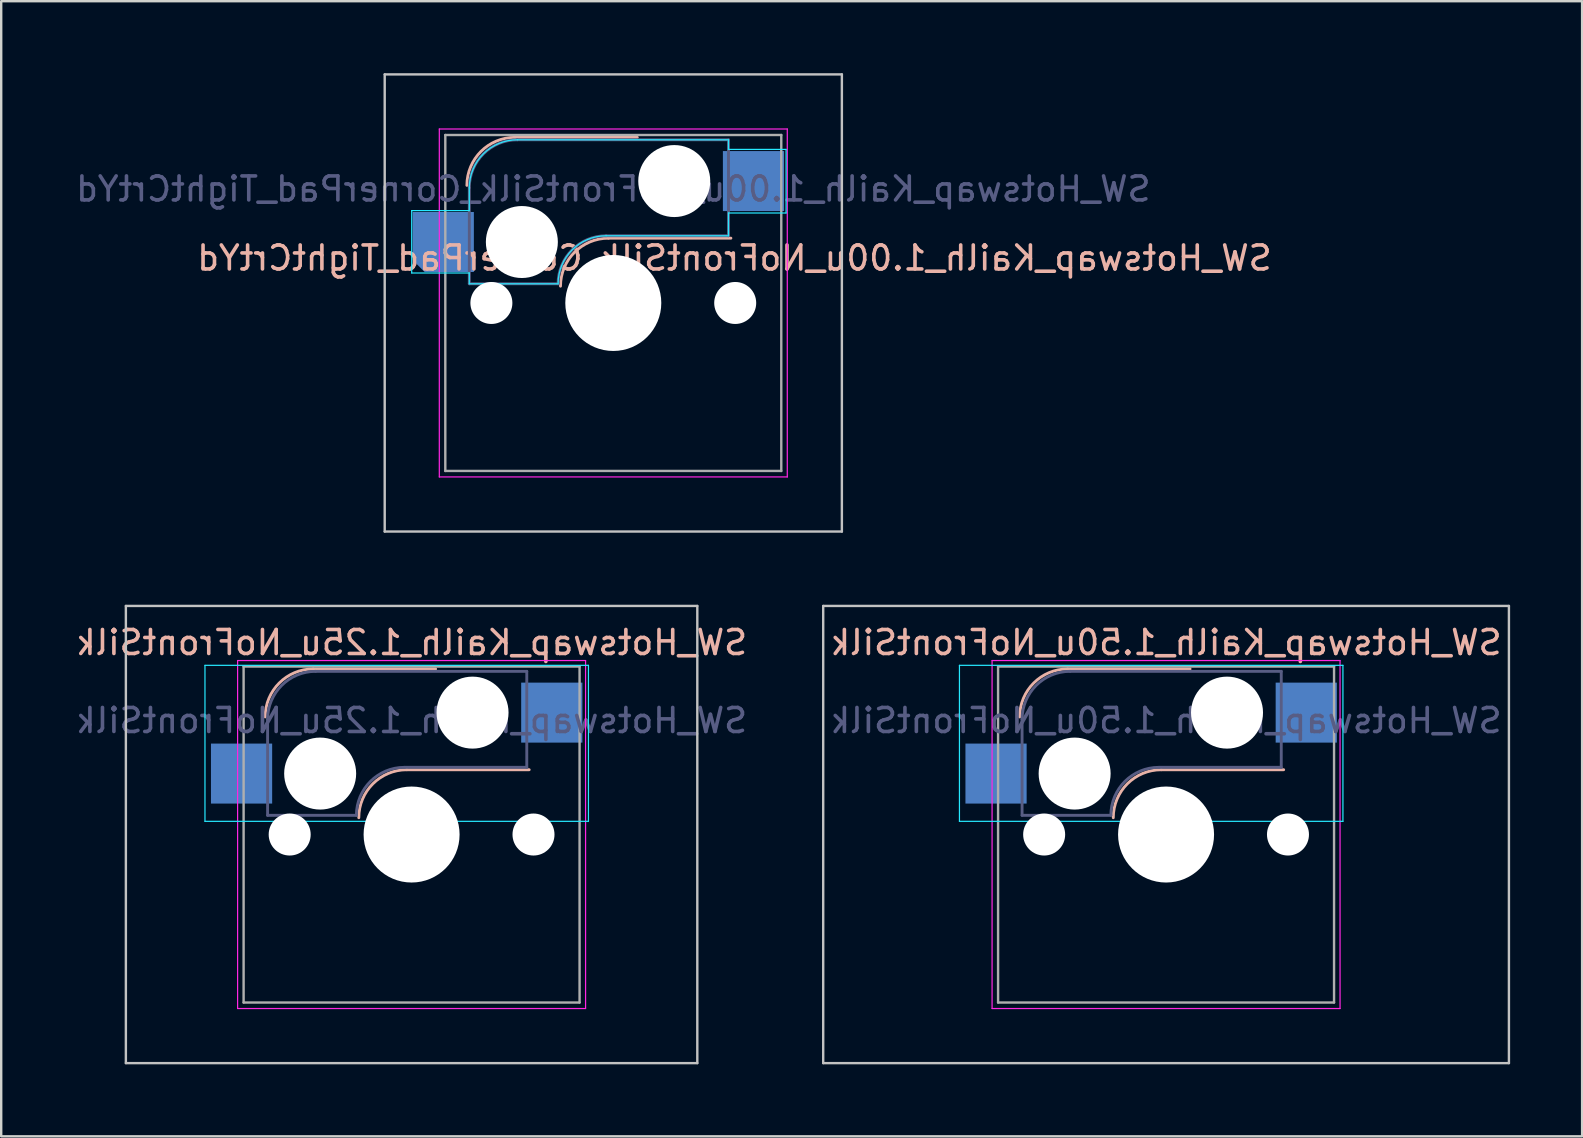
<source format=kicad_pcb>
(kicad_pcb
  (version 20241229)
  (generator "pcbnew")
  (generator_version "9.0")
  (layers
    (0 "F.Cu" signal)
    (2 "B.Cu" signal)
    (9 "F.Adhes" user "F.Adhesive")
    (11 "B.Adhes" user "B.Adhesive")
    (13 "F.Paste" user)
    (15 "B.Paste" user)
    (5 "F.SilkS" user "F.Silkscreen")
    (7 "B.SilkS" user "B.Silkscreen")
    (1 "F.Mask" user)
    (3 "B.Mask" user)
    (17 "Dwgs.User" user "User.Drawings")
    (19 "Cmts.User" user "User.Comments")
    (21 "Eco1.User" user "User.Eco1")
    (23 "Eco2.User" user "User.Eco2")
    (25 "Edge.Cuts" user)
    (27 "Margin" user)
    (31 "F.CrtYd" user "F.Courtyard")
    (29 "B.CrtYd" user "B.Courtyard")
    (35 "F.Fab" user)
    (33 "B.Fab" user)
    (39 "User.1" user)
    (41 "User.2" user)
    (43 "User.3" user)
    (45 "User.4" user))
  (footprint "SW_Hotswap_Kailh_1.25u_NoFrontSilk"
    (layer "F.Cu")
    (at 14.101 31.725)
    (property "Reference" "SW_Hotswap_Kailh_1.25u_NoFrontSilk" (at 0 -8 0) (layer "B.SilkS") (effects (font (size 1 1) (thickness 0.15)) (justify mirror)))
    (attr smd)
    (fp_line (start -4.1 -6.9) (end 1 -6.9) (stroke (width 0.12) (type solid)) (layer "B.SilkS"))
    (fp_line (start -0.2 -2.7) (end 4.9 -2.7) (stroke (width 0.12) (type solid)) (layer "B.SilkS"))
    (fp_arc (start -6.1 -4.9) (mid -5.514214 -6.314214) (end -4.1 -6.9) (stroke (width 0.12) (type solid)) (layer "B.SilkS"))
    (fp_arc (start -2.2 -0.7) (mid -1.614214 -2.114214) (end -0.2 -2.7) (stroke (width 0.12) (type solid)) (layer "B.SilkS"))
    (fp_line (start -11.906 -9.525) (end -11.906 9.525) (stroke (width 0.1) (type solid)) (layer "Dwgs.User"))
    (fp_line (start -11.906 9.525) (end 11.906 9.525) (stroke (width 0.1) (type solid)) (layer "Dwgs.User"))
    (fp_line (start 11.906 -9.525) (end -11.906 -9.525) (stroke (width 0.1) (type solid)) (layer "Dwgs.User"))
    (fp_line (start 11.906 9.525) (end 11.906 -9.525) (stroke (width 0.1) (type solid)) (layer "Dwgs.User"))
    (fp_line (start -8.61 -7.05) (end -8.61 -0.55) (stroke (width 0.05) (type solid)) (layer "B.CrtYd"))
    (fp_line (start -8.61 -0.55) (end 7.37 -0.55) (stroke (width 0.05) (type solid)) (layer "B.CrtYd"))
    (fp_line (start 7.37 -7.05) (end -8.61 -7.05) (stroke (width 0.05) (type solid)) (layer "B.CrtYd"))
    (fp_line (start 7.37 -0.55) (end 7.37 -7.05) (stroke (width 0.05) (type solid)) (layer "B.CrtYd"))
    (fp_line (start -7.25 -7.25) (end -7.25 7.25) (stroke (width 0.05) (type solid)) (layer "F.CrtYd"))
    (fp_line (start -7.25 7.25) (end 7.25 7.25) (stroke (width 0.05) (type solid)) (layer "F.CrtYd"))
    (fp_line (start 7.25 -7.25) (end -7.25 -7.25) (stroke (width 0.05) (type solid)) (layer "F.CrtYd"))
    (fp_line (start 7.25 7.25) (end 7.25 -7.25) (stroke (width 0.05) (type solid)) (layer "F.CrtYd"))
    (fp_line (start -6 -0.8) (end -6 -4.8) (stroke (width 0.12) (type solid)) (layer "B.Fab"))
    (fp_line (start -6 -0.8) (end -2.3 -0.8) (stroke (width 0.12) (type solid)) (layer "B.Fab"))
    (fp_line (start -4 -6.8) (end 4.8 -6.8) (stroke (width 0.12) (type solid)) (layer "B.Fab"))
    (fp_line (start -0.3 -2.8) (end 4.8 -2.8) (stroke (width 0.12) (type solid)) (layer "B.Fab"))
    (fp_line (start 4.8 -6.8) (end 4.8 -2.8) (stroke (width 0.12) (type solid)) (layer "B.Fab"))
    (fp_arc (start -6 -4.8) (mid -5.414214 -6.214214) (end -4 -6.8) (stroke (width 0.12) (type solid)) (layer "B.Fab"))
    (fp_arc (start -2.3 -0.8) (mid -1.714214 -2.214214) (end -0.3 -2.8) (stroke (width 0.12) (type solid)) (layer "B.Fab"))
    (fp_line (start -7 -7) (end -7 7) (stroke (width 0.1) (type solid)) (layer "F.Fab"))
    (fp_line (start -7 7) (end 7 7) (stroke (width 0.1) (type solid)) (layer "F.Fab"))
    (fp_line (start 7 -7) (end -7 -7) (stroke (width 0.1) (type solid)) (layer "F.Fab"))
    (fp_line (start 7 7) (end 7 -7) (stroke (width 0.1) (type solid)) (layer "F.Fab"))
    (fp_text user "${REFERENCE}" (at 0 -4.75 0) (layer "B.Fab") (effects (font (size 1 1) (thickness 0.15)) (justify mirror)))
    (pad "" np_thru_hole circle (at -5.08 0) (size 1.75 1.75) (drill 1.75) (layers "*.Cu" "*.Mask"))
    (pad "" np_thru_hole circle (at -3.81 -2.54) (size 3 3) (drill 3) (layers "*.Cu" "*.Mask"))
    (pad "" np_thru_hole circle (at 0 0) (size 4 4) (drill 4) (layers "*.Cu" "*.Mask"))
    (pad "" np_thru_hole circle (at 2.54 -5.08) (size 3 3) (drill 3) (layers "*.Cu" "*.Mask"))
    (pad "" np_thru_hole circle (at 5.08 0) (size 1.75 1.75) (drill 1.75) (layers "*.Cu" "*.Mask"))
    (pad "1" smd rect (at -7.085 -2.54) (size 2.55 2.5) (layers "B.Cu" "B.Mask" "B.Paste"))
    (pad "2" smd rect (at 5.842 -5.08) (size 2.55 2.5) (layers "B.Cu" "B.Mask" "B.Paste")))
  (footprint "SW_Hotswap_Kailh_1.00u_NoFrontSilk_CornerPad_TightCrtYd"
    (layer "F.Cu")
    (at 22.506 9.575)
    (property "Reference" "SW_Hotswap_Kailh_1.00u_NoFrontSilk_CornerPad_TightCrtYd" (at 5.048 -1.873 0) (layer "B.SilkS") (effects (font (size 1 1) (thickness 0.15)) (justify mirror)))
    (attr smd)
    (fp_line (start -4.1 -6.9) (end 1 -6.9) (stroke (width 0.12) (type solid)) (layer "B.SilkS"))
    (fp_line (start -0.2 -2.7) (end 4.9 -2.7) (stroke (width 0.12) (type solid)) (layer "B.SilkS"))
    (fp_arc (start -6.1 -4.9) (mid -5.514214 -6.314214) (end -4.1 -6.9) (stroke (width 0.12) (type solid)) (layer "B.SilkS"))
    (fp_arc (start -2.2 -0.7) (mid -1.614214 -2.114214) (end -0.2 -2.7) (stroke (width 0.12) (type solid)) (layer "B.SilkS"))
    (fp_line (start -9.525 -9.525) (end -9.525 9.525) (stroke (width 0.1) (type solid)) (layer "Dwgs.User"))
    (fp_line (start -9.525 9.525) (end 9.525 9.525) (stroke (width 0.1) (type solid)) (layer "Dwgs.User"))
    (fp_line (start 9.525 -9.525) (end -9.525 -9.525) (stroke (width 0.1) (type solid)) (layer "Dwgs.User"))
    (fp_line (start 9.525 9.525) (end 9.525 -9.525) (stroke (width 0.1) (type solid)) (layer "Dwgs.User"))
    (fp_line (start -8.4 -3.85) (end -8.4 -1.25) (stroke (width 0.05) (type solid)) (layer "B.CrtYd"))
    (fp_line (start -8.4 -1.25) (end -6 -1.25) (stroke (width 0.05) (type solid)) (layer "B.CrtYd"))
    (fp_line (start -6 -4.8) (end -6 -3.85) (stroke (width 0.05) (type solid)) (layer "B.CrtYd"))
    (fp_line (start -6 -3.85) (end -8.4 -3.85) (stroke (width 0.05) (type solid)) (layer "B.CrtYd"))
    (fp_line (start -6 -1.25) (end -6 -0.8) (stroke (width 0.05) (type solid)) (layer "B.CrtYd"))
    (fp_line (start -6 -0.8) (end -2.3 -0.8) (stroke (width 0.05) (type solid)) (layer "B.CrtYd"))
    (fp_line (start 4.8 -6.8) (end -3.99 -6.8) (stroke (width 0.05) (type solid)) (layer "B.CrtYd"))
    (fp_line (start 4.8 -6.8) (end 4.8 -6.4) (stroke (width 0.05) (type solid)) (layer "B.CrtYd"))
    (fp_line (start 4.8 -6.4) (end 7.2 -6.4) (stroke (width 0.05) (type solid)) (layer "B.CrtYd"))
    (fp_line (start 4.8 -3.75) (end 4.8 -2.8) (stroke (width 0.05) (type solid)) (layer "B.CrtYd"))
    (fp_line (start 4.8 -2.8) (end -0.3 -2.8) (stroke (width 0.05) (type solid)) (layer "B.CrtYd"))
    (fp_line (start 7.2 -6.4) (end 7.2 -3.75) (stroke (width 0.05) (type solid)) (layer "B.CrtYd"))
    (fp_line (start 7.2 -3.75) (end 4.8 -3.75) (stroke (width 0.05) (type solid)) (layer "B.CrtYd"))
    (fp_arc (start -6.000024 -4.799527) (mid -5.410859 -6.217595) (end -3.990001 -6.799999) (stroke (width 0.05) (type solid)) (layer "B.CrtYd"))
    (fp_arc (start -2.3 -0.8) (mid -1.714214 -2.214214) (end -0.3 -2.8) (stroke (width 0.05) (type solid)) (layer "B.CrtYd"))
    (fp_line (start -7.25 -7.25) (end -7.25 7.25) (stroke (width 0.05) (type solid)) (layer "F.CrtYd"))
    (fp_line (start -7.25 7.25) (end 7.25 7.25) (stroke (width 0.05) (type solid)) (layer "F.CrtYd"))
    (fp_line (start 7.25 -7.25) (end -7.25 -7.25) (stroke (width 0.05) (type solid)) (layer "F.CrtYd"))
    (fp_line (start 7.25 7.25) (end 7.25 -7.25) (stroke (width 0.05) (type solid)) (layer "F.CrtYd"))
    (fp_line (start -6 -0.8) (end -6 -4.8) (stroke (width 0.12) (type solid)) (layer "B.Fab"))
    (fp_line (start -6 -0.8) (end -2.3 -0.8) (stroke (width 0.12) (type solid)) (layer "B.Fab"))
    (fp_line (start -4 -6.8) (end 4.8 -6.8) (stroke (width 0.12) (type solid)) (layer "B.Fab"))
    (fp_line (start -0.3 -2.8) (end 4.8 -2.8) (stroke (width 0.12) (type solid)) (layer "B.Fab"))
    (fp_line (start 4.8 -6.8) (end 4.8 -2.8) (stroke (width 0.12) (type solid)) (layer "B.Fab"))
    (fp_arc (start -6 -4.8) (mid -5.414214 -6.214214) (end -4 -6.8) (stroke (width 0.12) (type solid)) (layer "B.Fab"))
    (fp_arc (start -2.3 -0.8) (mid -1.714214 -2.214214) (end -0.3 -2.8) (stroke (width 0.12) (type solid)) (layer "B.Fab"))
    (fp_line (start -7 -7) (end -7 7) (stroke (width 0.1) (type solid)) (layer "F.Fab"))
    (fp_line (start -7 7) (end 7 7) (stroke (width 0.1) (type solid)) (layer "F.Fab"))
    (fp_line (start 7 -7) (end -7 -7) (stroke (width 0.1) (type solid)) (layer "F.Fab"))
    (fp_line (start 7 7) (end 7 -7) (stroke (width 0.1) (type solid)) (layer "F.Fab"))
    (fp_text user "${REFERENCE}" (at 0 -4.75 0) (layer "B.Fab") (effects (font (size 1 1) (thickness 0.15)) (justify mirror)))
    (pad "" np_thru_hole circle (at -5.08 0) (size 1.75 1.75) (drill 1.75) (layers "*.Cu" "*.Mask"))
    (pad "" np_thru_hole circle (at -3.81 -2.54) (size 3 3) (drill 3) (layers "*.Cu" "*.Mask"))
    (pad "" np_thru_hole circle (at 0 0) (size 4 4) (drill 4) (layers "*.Cu" "*.Mask"))
    (pad "" np_thru_hole circle (at 2.54 -5.08) (size 3 3) (drill 3) (layers "*.Cu" "*.Mask"))
    (pad "" np_thru_hole circle (at 5.08 0) (size 1.75 1.75) (drill 1.75) (layers "*.Cu" "*.Mask"))
    (pad "1" smd custom (at -7.085 -2.54) (size 1.8 1.8) (layers "B.Cu" "B.Mask" "B.Paste") (options (anchor rect)) (primitives (gr_poly (pts (xy -1.275 -1.25) (xy 1.275 -1.25) (xy 1.275 1.25) (xy -0.775 1.25) (xy -1.275 0.75)) (width 0) (fill yes))))
    (pad "2" smd rect (at 5.842 -5.08) (size 2.55 2.5) (layers "B.Cu" "B.Mask" "B.Paste")))
  (footprint "SW_Hotswap_Kailh_1.50u_NoFrontSilk"
    (layer "F.Cu")
    (at 45.54 31.725)
    (property "Reference" "SW_Hotswap_Kailh_1.50u_NoFrontSilk" (at 0 -8 0) (layer "B.SilkS") (effects (font (size 1 1) (thickness 0.15)) (justify mirror)))
    (attr smd)
    (fp_line (start -4.1 -6.9) (end 1 -6.9) (stroke (width 0.12) (type solid)) (layer "B.SilkS"))
    (fp_line (start -0.2 -2.7) (end 4.9 -2.7) (stroke (width 0.12) (type solid)) (layer "B.SilkS"))
    (fp_arc (start -6.1 -4.9) (mid -5.514214 -6.314214) (end -4.1 -6.9) (stroke (width 0.12) (type solid)) (layer "B.SilkS"))
    (fp_arc (start -2.2 -0.7) (mid -1.614214 -2.114214) (end -0.2 -2.7) (stroke (width 0.12) (type solid)) (layer "B.SilkS"))
    (fp_line (start -14.287 -9.525) (end -14.287 9.525) (stroke (width 0.1) (type solid)) (layer "Dwgs.User"))
    (fp_line (start -14.287 9.525) (end 14.287 9.525) (stroke (width 0.1) (type solid)) (layer "Dwgs.User"))
    (fp_line (start 14.287 -9.525) (end -14.287 -9.525) (stroke (width 0.1) (type solid)) (layer "Dwgs.User"))
    (fp_line (start 14.287 9.525) (end 14.287 -9.525) (stroke (width 0.1) (type solid)) (layer "Dwgs.User"))
    (fp_line (start -8.61 -7.05) (end -8.61 -0.55) (stroke (width 0.05) (type solid)) (layer "B.CrtYd"))
    (fp_line (start -8.61 -0.55) (end 7.37 -0.55) (stroke (width 0.05) (type solid)) (layer "B.CrtYd"))
    (fp_line (start 7.37 -7.05) (end -8.61 -7.05) (stroke (width 0.05) (type solid)) (layer "B.CrtYd"))
    (fp_line (start 7.37 -0.55) (end 7.37 -7.05) (stroke (width 0.05) (type solid)) (layer "B.CrtYd"))
    (fp_line (start -7.25 -7.25) (end -7.25 7.25) (stroke (width 0.05) (type solid)) (layer "F.CrtYd"))
    (fp_line (start -7.25 7.25) (end 7.25 7.25) (stroke (width 0.05) (type solid)) (layer "F.CrtYd"))
    (fp_line (start 7.25 -7.25) (end -7.25 -7.25) (stroke (width 0.05) (type solid)) (layer "F.CrtYd"))
    (fp_line (start 7.25 7.25) (end 7.25 -7.25) (stroke (width 0.05) (type solid)) (layer "F.CrtYd"))
    (fp_line (start -6 -0.8) (end -6 -4.8) (stroke (width 0.12) (type solid)) (layer "B.Fab"))
    (fp_line (start -6 -0.8) (end -2.3 -0.8) (stroke (width 0.12) (type solid)) (layer "B.Fab"))
    (fp_line (start -4 -6.8) (end 4.8 -6.8) (stroke (width 0.12) (type solid)) (layer "B.Fab"))
    (fp_line (start -0.3 -2.8) (end 4.8 -2.8) (stroke (width 0.12) (type solid)) (layer "B.Fab"))
    (fp_line (start 4.8 -6.8) (end 4.8 -2.8) (stroke (width 0.12) (type solid)) (layer "B.Fab"))
    (fp_arc (start -6 -4.8) (mid -5.414214 -6.214214) (end -4 -6.8) (stroke (width 0.12) (type solid)) (layer "B.Fab"))
    (fp_arc (start -2.3 -0.8) (mid -1.714214 -2.214214) (end -0.3 -2.8) (stroke (width 0.12) (type solid)) (layer "B.Fab"))
    (fp_line (start -7 -7) (end -7 7) (stroke (width 0.1) (type solid)) (layer "F.Fab"))
    (fp_line (start -7 7) (end 7 7) (stroke (width 0.1) (type solid)) (layer "F.Fab"))
    (fp_line (start 7 -7) (end -7 -7) (stroke (width 0.1) (type solid)) (layer "F.Fab"))
    (fp_line (start 7 7) (end 7 -7) (stroke (width 0.1) (type solid)) (layer "F.Fab"))
    (fp_text user "${REFERENCE}" (at 0 -4.75 0) (layer "B.Fab") (effects (font (size 1 1) (thickness 0.15)) (justify mirror)))
    (pad "" np_thru_hole circle (at -5.08 0) (size 1.75 1.75) (drill 1.75) (layers "*.Cu" "*.Mask"))
    (pad "" np_thru_hole circle (at -3.81 -2.54) (size 3 3) (drill 3) (layers "*.Cu" "*.Mask"))
    (pad "" np_thru_hole circle (at 0 0) (size 4 4) (drill 4) (layers "*.Cu" "*.Mask"))
    (pad "" np_thru_hole circle (at 2.54 -5.08) (size 3 3) (drill 3) (layers "*.Cu" "*.Mask"))
    (pad "" np_thru_hole circle (at 5.08 0) (size 1.75 1.75) (drill 1.75) (layers "*.Cu" "*.Mask"))
    (pad "1" smd rect (at -7.085 -2.54) (size 2.55 2.5) (layers "B.Cu" "B.Mask" "B.Paste"))
    (pad "2" smd rect (at 5.842 -5.08) (size 2.55 2.5) (layers "B.Cu" "B.Mask" "B.Paste")))
  (gr_rect
    (start -3 -3)
    (end 62.877 44.3)
    (stroke (width 0.1) (type default))
    (fill no)
    (layer "Edge.Cuts")))
</source>
